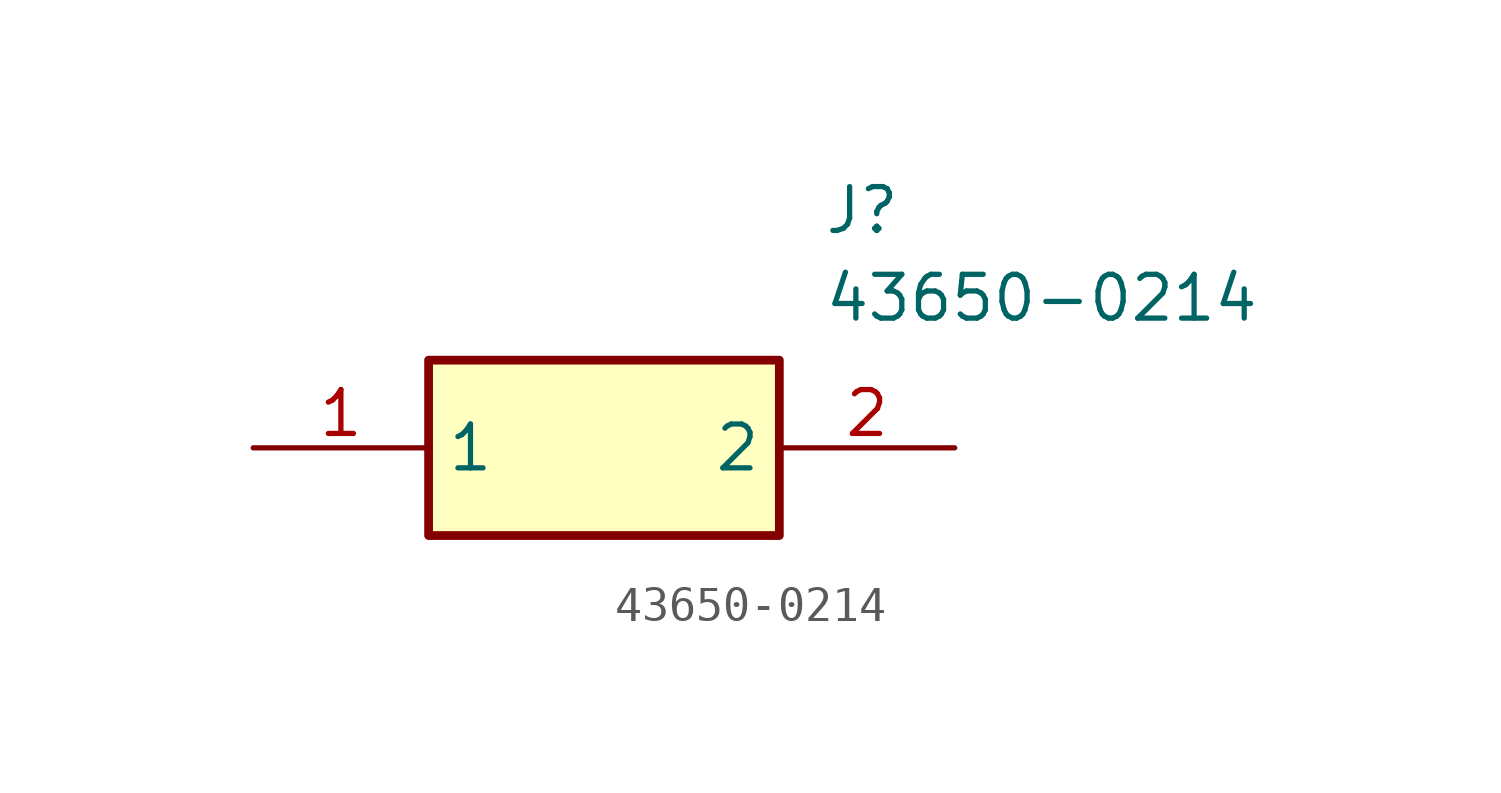
<source format=kicad_sym>
(kicad_symbol_lib
  (version 20211014)
  (generator SamacSys_ECAD_Model)
  (symbol "43650-0214"
    (property "Reference" "J"
      (at 16.51 7.62 0)
      (effects (font (size 1.27 1.27)) (justify left top)))
    (property "Value" "43650-0214"
      (at 16.51 5.08 0)
      (effects (font (size 1.27 1.27)) (justify left top)))
    (rectangle
      (start 5.08 2.54)
      (end 15.24 -2.54)
      (stroke (width 0.254) (type default))
      (fill (type background)))
    (pin passive line
      (at 0 0 0)
      (length 5.08)
      (name "1" (effects (font (size 1.27 1.27))))
      (number "1" (effects (font (size 1.27 1.27)))))
    (pin passive line
      (at 20.32 0 180)
      (length 5.08)
      (name "2" (effects (font (size 1.27 1.27))))
      (number "2" (effects (font (size 1.27 1.27)))))))
</source>
